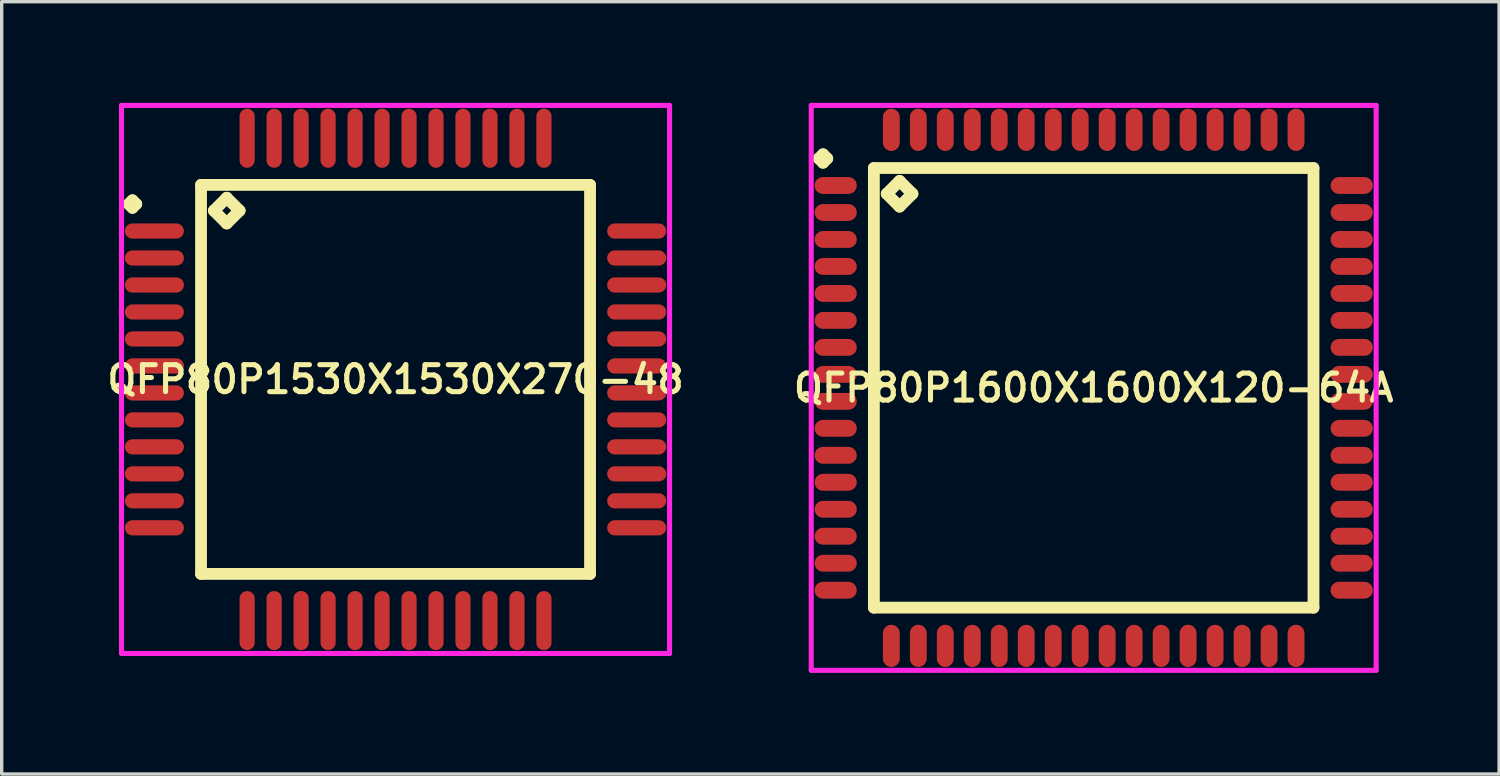
<source format=kicad_pcb>
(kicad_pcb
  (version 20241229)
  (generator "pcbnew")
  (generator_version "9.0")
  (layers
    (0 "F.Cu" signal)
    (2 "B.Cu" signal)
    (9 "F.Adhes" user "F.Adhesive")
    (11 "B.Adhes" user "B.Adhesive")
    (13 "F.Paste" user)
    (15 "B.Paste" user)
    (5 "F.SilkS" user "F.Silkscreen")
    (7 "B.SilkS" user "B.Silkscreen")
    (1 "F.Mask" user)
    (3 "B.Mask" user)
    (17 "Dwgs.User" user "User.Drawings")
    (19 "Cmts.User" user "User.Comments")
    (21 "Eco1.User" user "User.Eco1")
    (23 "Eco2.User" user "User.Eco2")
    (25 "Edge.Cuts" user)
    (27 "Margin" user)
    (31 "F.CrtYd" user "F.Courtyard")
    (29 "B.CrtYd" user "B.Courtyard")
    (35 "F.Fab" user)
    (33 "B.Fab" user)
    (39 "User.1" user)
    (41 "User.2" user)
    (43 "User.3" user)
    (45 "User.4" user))
  (footprint "QFP80P1600X1600X120-64A"
    (layer "F.Cu")
    (at 29.378 8.45)
    (property "Reference" "QFP80P1600X1600X120-64A" (at 0 0 0) (layer "F.SilkS") (effects (font (size 0.8 0.8) (thickness 0.15))))
    (attr smd)
    (fp_line (start -8.15 -6.8) (end -8.025 -6.925) (stroke (width 0.35) (type solid)) (layer "F.SilkS"))
    (fp_line (start -8.025 -6.925) (end -7.9 -6.8) (stroke (width 0.35) (type solid)) (layer "F.SilkS"))
    (fp_line (start -8.025 -6.675) (end -8.15 -6.8) (stroke (width 0.35) (type solid)) (layer "F.SilkS"))
    (fp_line (start -7.9 -6.8) (end -8.025 -6.675) (stroke (width 0.35) (type solid)) (layer "F.SilkS"))
    (fp_line (start -6.517 -6.517) (end -6.517 6.517) (stroke (width 0.35) (type solid)) (layer "F.SilkS"))
    (fp_line (start -6.517 6.517) (end 6.517 6.517) (stroke (width 0.35) (type solid)) (layer "F.SilkS"))
    (fp_line (start -6.136 -5.755) (end -5.755 -6.136) (stroke (width 0.35) (type solid)) (layer "F.SilkS"))
    (fp_line (start -5.755 -6.136) (end -5.374 -5.755) (stroke (width 0.35) (type solid)) (layer "F.SilkS"))
    (fp_line (start -5.755 -5.374) (end -6.136 -5.755) (stroke (width 0.35) (type solid)) (layer "F.SilkS"))
    (fp_line (start -5.374 -5.755) (end -5.755 -5.374) (stroke (width 0.35) (type solid)) (layer "F.SilkS"))
    (fp_line (start 6.517 -6.517) (end -6.517 -6.517) (stroke (width 0.35) (type solid)) (layer "F.SilkS"))
    (fp_line (start 6.517 6.517) (end 6.517 -6.517) (stroke (width 0.35) (type solid)) (layer "F.SilkS"))
    (fp_line (start -8.375 -8.375) (end 8.375 -8.375) (stroke (width 0.15) (type solid)) (layer "F.CrtYd"))
    (fp_line (start -8.375 8.375) (end -8.375 -8.375) (stroke (width 0.15) (type solid)) (layer "F.CrtYd"))
    (fp_line (start 8.375 -8.375) (end 8.375 8.375) (stroke (width 0.15) (type solid)) (layer "F.CrtYd"))
    (fp_line (start 8.375 8.375) (end -8.375 8.375) (stroke (width 0.15) (type solid)) (layer "F.CrtYd"))
    (pad "1" smd oval (at -7.65 -6) (size 1.25 0.5) (layers "F.Cu" "F.Mask" "F.Paste"))
    (pad "2" smd oval (at -7.65 -5.2) (size 1.25 0.5) (layers "F.Cu" "F.Mask" "F.Paste"))
    (pad "3" smd oval (at -7.65 -4.4) (size 1.25 0.5) (layers "F.Cu" "F.Mask" "F.Paste"))
    (pad "4" smd oval (at -7.65 -3.6) (size 1.25 0.5) (layers "F.Cu" "F.Mask" "F.Paste"))
    (pad "5" smd oval (at -7.65 -2.8) (size 1.25 0.5) (layers "F.Cu" "F.Mask" "F.Paste"))
    (pad "6" smd oval (at -7.65 -2) (size 1.25 0.5) (layers "F.Cu" "F.Mask" "F.Paste"))
    (pad "7" smd oval (at -7.65 -1.2) (size 1.25 0.5) (layers "F.Cu" "F.Mask" "F.Paste"))
    (pad "8" smd oval (at -7.65 -0.4) (size 1.25 0.5) (layers "F.Cu" "F.Mask" "F.Paste"))
    (pad "9" smd oval (at -7.65 0.4) (size 1.25 0.5) (layers "F.Cu" "F.Mask" "F.Paste"))
    (pad "10" smd oval (at -7.65 1.2) (size 1.25 0.5) (layers "F.Cu" "F.Mask" "F.Paste"))
    (pad "11" smd oval (at -7.65 2) (size 1.25 0.5) (layers "F.Cu" "F.Mask" "F.Paste"))
    (pad "12" smd oval (at -7.65 2.8) (size 1.25 0.5) (layers "F.Cu" "F.Mask" "F.Paste"))
    (pad "13" smd oval (at -7.65 3.6) (size 1.25 0.5) (layers "F.Cu" "F.Mask" "F.Paste"))
    (pad "14" smd oval (at -7.65 4.4) (size 1.25 0.5) (layers "F.Cu" "F.Mask" "F.Paste"))
    (pad "15" smd oval (at -7.65 5.2) (size 1.25 0.5) (layers "F.Cu" "F.Mask" "F.Paste"))
    (pad "16" smd oval (at -7.65 6) (size 1.25 0.5) (layers "F.Cu" "F.Mask" "F.Paste"))
    (pad "17" smd oval (at -6 7.65) (size 0.5 1.25) (layers "F.Cu" "F.Mask" "F.Paste"))
    (pad "18" smd oval (at -5.2 7.65) (size 0.5 1.25) (layers "F.Cu" "F.Mask" "F.Paste"))
    (pad "19" smd oval (at -4.4 7.65) (size 0.5 1.25) (layers "F.Cu" "F.Mask" "F.Paste"))
    (pad "20" smd oval (at -3.6 7.65) (size 0.5 1.25) (layers "F.Cu" "F.Mask" "F.Paste"))
    (pad "21" smd oval (at -2.8 7.65) (size 0.5 1.25) (layers "F.Cu" "F.Mask" "F.Paste"))
    (pad "22" smd oval (at -2 7.65) (size 0.5 1.25) (layers "F.Cu" "F.Mask" "F.Paste"))
    (pad "23" smd oval (at -1.2 7.65) (size 0.5 1.25) (layers "F.Cu" "F.Mask" "F.Paste"))
    (pad "24" smd oval (at -0.4 7.65) (size 0.5 1.25) (layers "F.Cu" "F.Mask" "F.Paste"))
    (pad "25" smd oval (at 0.4 7.65) (size 0.5 1.25) (layers "F.Cu" "F.Mask" "F.Paste"))
    (pad "26" smd oval (at 1.2 7.65) (size 0.5 1.25) (layers "F.Cu" "F.Mask" "F.Paste"))
    (pad "27" smd oval (at 2 7.65) (size 0.5 1.25) (layers "F.Cu" "F.Mask" "F.Paste"))
    (pad "28" smd oval (at 2.8 7.65) (size 0.5 1.25) (layers "F.Cu" "F.Mask" "F.Paste"))
    (pad "29" smd oval (at 3.6 7.65) (size 0.5 1.25) (layers "F.Cu" "F.Mask" "F.Paste"))
    (pad "30" smd oval (at 4.4 7.65) (size 0.5 1.25) (layers "F.Cu" "F.Mask" "F.Paste"))
    (pad "31" smd oval (at 5.2 7.65) (size 0.5 1.25) (layers "F.Cu" "F.Mask" "F.Paste"))
    (pad "32" smd oval (at 6 7.65) (size 0.5 1.25) (layers "F.Cu" "F.Mask" "F.Paste"))
    (pad "33" smd oval (at 7.65 6) (size 1.25 0.5) (layers "F.Cu" "F.Mask" "F.Paste"))
    (pad "34" smd oval (at 7.65 5.2) (size 1.25 0.5) (layers "F.Cu" "F.Mask" "F.Paste"))
    (pad "35" smd oval (at 7.65 4.4) (size 1.25 0.5) (layers "F.Cu" "F.Mask" "F.Paste"))
    (pad "36" smd oval (at 7.65 3.6) (size 1.25 0.5) (layers "F.Cu" "F.Mask" "F.Paste"))
    (pad "37" smd oval (at 7.65 2.8) (size 1.25 0.5) (layers "F.Cu" "F.Mask" "F.Paste"))
    (pad "38" smd oval (at 7.65 2) (size 1.25 0.5) (layers "F.Cu" "F.Mask" "F.Paste"))
    (pad "39" smd oval (at 7.65 1.2) (size 1.25 0.5) (layers "F.Cu" "F.Mask" "F.Paste"))
    (pad "40" smd oval (at 7.65 0.4) (size 1.25 0.5) (layers "F.Cu" "F.Mask" "F.Paste"))
    (pad "41" smd oval (at 7.65 -0.4) (size 1.25 0.5) (layers "F.Cu" "F.Mask" "F.Paste"))
    (pad "42" smd oval (at 7.65 -1.2) (size 1.25 0.5) (layers "F.Cu" "F.Mask" "F.Paste"))
    (pad "43" smd oval (at 7.65 -2) (size 1.25 0.5) (layers "F.Cu" "F.Mask" "F.Paste"))
    (pad "44" smd oval (at 7.65 -2.8) (size 1.25 0.5) (layers "F.Cu" "F.Mask" "F.Paste"))
    (pad "45" smd oval (at 7.65 -3.6) (size 1.25 0.5) (layers "F.Cu" "F.Mask" "F.Paste"))
    (pad "46" smd oval (at 7.65 -4.4) (size 1.25 0.5) (layers "F.Cu" "F.Mask" "F.Paste"))
    (pad "47" smd oval (at 7.65 -5.2) (size 1.25 0.5) (layers "F.Cu" "F.Mask" "F.Paste"))
    (pad "48" smd oval (at 7.65 -6) (size 1.25 0.5) (layers "F.Cu" "F.Mask" "F.Paste"))
    (pad "49" smd oval (at 6 -7.65) (size 0.5 1.25) (layers "F.Cu" "F.Mask" "F.Paste"))
    (pad "50" smd oval (at 5.2 -7.65) (size 0.5 1.25) (layers "F.Cu" "F.Mask" "F.Paste"))
    (pad "51" smd oval (at 4.4 -7.65) (size 0.5 1.25) (layers "F.Cu" "F.Mask" "F.Paste"))
    (pad "52" smd oval (at 3.6 -7.65) (size 0.5 1.25) (layers "F.Cu" "F.Mask" "F.Paste"))
    (pad "53" smd oval (at 2.8 -7.65) (size 0.5 1.25) (layers "F.Cu" "F.Mask" "F.Paste"))
    (pad "54" smd oval (at 2 -7.65) (size 0.5 1.25) (layers "F.Cu" "F.Mask" "F.Paste"))
    (pad "55" smd oval (at 1.2 -7.65) (size 0.5 1.25) (layers "F.Cu" "F.Mask" "F.Paste"))
    (pad "56" smd oval (at 0.4 -7.65) (size 0.5 1.25) (layers "F.Cu" "F.Mask" "F.Paste"))
    (pad "57" smd oval (at -0.4 -7.65) (size 0.5 1.25) (layers "F.Cu" "F.Mask" "F.Paste"))
    (pad "58" smd oval (at -1.2 -7.65) (size 0.5 1.25) (layers "F.Cu" "F.Mask" "F.Paste"))
    (pad "59" smd oval (at -2 -7.65) (size 0.5 1.25) (layers "F.Cu" "F.Mask" "F.Paste"))
    (pad "60" smd oval (at -2.8 -7.65) (size 0.5 1.25) (layers "F.Cu" "F.Mask" "F.Paste"))
    (pad "61" smd oval (at -3.6 -7.65) (size 0.5 1.25) (layers "F.Cu" "F.Mask" "F.Paste"))
    (pad "62" smd oval (at -4.4 -7.65) (size 0.5 1.25) (layers "F.Cu" "F.Mask" "F.Paste"))
    (pad "63" smd oval (at -5.2 -7.65) (size 0.5 1.25) (layers "F.Cu" "F.Mask" "F.Paste"))
    (pad "64" smd oval (at -6 -7.65) (size 0.5 1.25) (layers "F.Cu" "F.Mask" "F.Paste")))
  (footprint "QFP80P1530X1530X270-48"
    (layer "F.Cu")
    (at 8.678 8.2)
    (property "Reference" "QFP80P1530X1530X270-48" (at 0 0 0) (layer "F.SilkS") (effects (font (size 0.8 0.8) (thickness 0.15))))
    (attr smd)
    (fp_line (start -7.912 -5.2) (end -7.8 -5.312) (stroke (width 0.35) (type solid)) (layer "F.SilkS"))
    (fp_line (start -7.8 -5.312) (end -7.688 -5.2) (stroke (width 0.35) (type solid)) (layer "F.SilkS"))
    (fp_line (start -7.8 -5.088) (end -7.912 -5.2) (stroke (width 0.35) (type solid)) (layer "F.SilkS"))
    (fp_line (start -7.688 -5.2) (end -7.8 -5.088) (stroke (width 0.35) (type solid)) (layer "F.SilkS"))
    (fp_line (start -5.767 -5.767) (end -5.767 5.767) (stroke (width 0.35) (type solid)) (layer "F.SilkS"))
    (fp_line (start -5.767 5.767) (end 5.767 5.767) (stroke (width 0.35) (type solid)) (layer "F.SilkS"))
    (fp_line (start -5.386 -5.005) (end -5.005 -5.386) (stroke (width 0.35) (type solid)) (layer "F.SilkS"))
    (fp_line (start -5.005 -5.386) (end -4.624 -5.005) (stroke (width 0.35) (type solid)) (layer "F.SilkS"))
    (fp_line (start -5.005 -4.624) (end -5.386 -5.005) (stroke (width 0.35) (type solid)) (layer "F.SilkS"))
    (fp_line (start -4.624 -5.005) (end -5.005 -4.624) (stroke (width 0.35) (type solid)) (layer "F.SilkS"))
    (fp_line (start 5.767 -5.767) (end -5.767 -5.767) (stroke (width 0.35) (type solid)) (layer "F.SilkS"))
    (fp_line (start 5.767 5.767) (end 5.767 -5.767) (stroke (width 0.35) (type solid)) (layer "F.SilkS"))
    (fp_line (start -8.125 -8.125) (end 8.125 -8.125) (stroke (width 0.15) (type solid)) (layer "F.CrtYd"))
    (fp_line (start -8.125 8.125) (end -8.125 -8.125) (stroke (width 0.15) (type solid)) (layer "F.CrtYd"))
    (fp_line (start 8.125 -8.125) (end 8.125 8.125) (stroke (width 0.15) (type solid)) (layer "F.CrtYd"))
    (fp_line (start 8.125 8.125) (end -8.125 8.125) (stroke (width 0.15) (type solid)) (layer "F.CrtYd"))
    (pad "1" smd oval (at -7.15 -4.4) (size 1.75 0.45) (layers "F.Cu" "F.Mask" "F.Paste"))
    (pad "2" smd oval (at -7.15 -3.6) (size 1.75 0.45) (layers "F.Cu" "F.Mask" "F.Paste"))
    (pad "3" smd oval (at -7.15 -2.8) (size 1.75 0.45) (layers "F.Cu" "F.Mask" "F.Paste"))
    (pad "4" smd oval (at -7.15 -2) (size 1.75 0.45) (layers "F.Cu" "F.Mask" "F.Paste"))
    (pad "5" smd oval (at -7.15 -1.2) (size 1.75 0.45) (layers "F.Cu" "F.Mask" "F.Paste"))
    (pad "6" smd oval (at -7.15 -0.4) (size 1.75 0.45) (layers "F.Cu" "F.Mask" "F.Paste"))
    (pad "7" smd oval (at -7.15 0.4) (size 1.75 0.45) (layers "F.Cu" "F.Mask" "F.Paste"))
    (pad "8" smd oval (at -7.15 1.2) (size 1.75 0.45) (layers "F.Cu" "F.Mask" "F.Paste"))
    (pad "9" smd oval (at -7.15 2) (size 1.75 0.45) (layers "F.Cu" "F.Mask" "F.Paste"))
    (pad "10" smd oval (at -7.15 2.8) (size 1.75 0.45) (layers "F.Cu" "F.Mask" "F.Paste"))
    (pad "11" smd oval (at -7.15 3.6) (size 1.75 0.45) (layers "F.Cu" "F.Mask" "F.Paste"))
    (pad "12" smd oval (at -7.15 4.4) (size 1.75 0.45) (layers "F.Cu" "F.Mask" "F.Paste"))
    (pad "13" smd oval (at -4.4 7.15) (size 0.45 1.75) (layers "F.Cu" "F.Mask" "F.Paste"))
    (pad "14" smd oval (at -3.6 7.15) (size 0.45 1.75) (layers "F.Cu" "F.Mask" "F.Paste"))
    (pad "15" smd oval (at -2.8 7.15) (size 0.45 1.75) (layers "F.Cu" "F.Mask" "F.Paste"))
    (pad "16" smd oval (at -2 7.15) (size 0.45 1.75) (layers "F.Cu" "F.Mask" "F.Paste"))
    (pad "17" smd oval (at -1.2 7.15) (size 0.45 1.75) (layers "F.Cu" "F.Mask" "F.Paste"))
    (pad "18" smd oval (at -0.4 7.15) (size 0.45 1.75) (layers "F.Cu" "F.Mask" "F.Paste"))
    (pad "19" smd oval (at 0.4 7.15) (size 0.45 1.75) (layers "F.Cu" "F.Mask" "F.Paste"))
    (pad "20" smd oval (at 1.2 7.15) (size 0.45 1.75) (layers "F.Cu" "F.Mask" "F.Paste"))
    (pad "21" smd oval (at 2 7.15) (size 0.45 1.75) (layers "F.Cu" "F.Mask" "F.Paste"))
    (pad "22" smd oval (at 2.8 7.15) (size 0.45 1.75) (layers "F.Cu" "F.Mask" "F.Paste"))
    (pad "23" smd oval (at 3.6 7.15) (size 0.45 1.75) (layers "F.Cu" "F.Mask" "F.Paste"))
    (pad "24" smd oval (at 4.4 7.15) (size 0.45 1.75) (layers "F.Cu" "F.Mask" "F.Paste"))
    (pad "25" smd oval (at 7.15 4.4) (size 1.75 0.45) (layers "F.Cu" "F.Mask" "F.Paste"))
    (pad "26" smd oval (at 7.15 3.6) (size 1.75 0.45) (layers "F.Cu" "F.Mask" "F.Paste"))
    (pad "27" smd oval (at 7.15 2.8) (size 1.75 0.45) (layers "F.Cu" "F.Mask" "F.Paste"))
    (pad "28" smd oval (at 7.15 2) (size 1.75 0.45) (layers "F.Cu" "F.Mask" "F.Paste"))
    (pad "29" smd oval (at 7.15 1.2) (size 1.75 0.45) (layers "F.Cu" "F.Mask" "F.Paste"))
    (pad "30" smd oval (at 7.15 0.4) (size 1.75 0.45) (layers "F.Cu" "F.Mask" "F.Paste"))
    (pad "31" smd oval (at 7.15 -0.4) (size 1.75 0.45) (layers "F.Cu" "F.Mask" "F.Paste"))
    (pad "32" smd oval (at 7.15 -1.2) (size 1.75 0.45) (layers "F.Cu" "F.Mask" "F.Paste"))
    (pad "33" smd oval (at 7.15 -2) (size 1.75 0.45) (layers "F.Cu" "F.Mask" "F.Paste"))
    (pad "34" smd oval (at 7.15 -2.8) (size 1.75 0.45) (layers "F.Cu" "F.Mask" "F.Paste"))
    (pad "35" smd oval (at 7.15 -3.6) (size 1.75 0.45) (layers "F.Cu" "F.Mask" "F.Paste"))
    (pad "36" smd oval (at 7.15 -4.4) (size 1.75 0.45) (layers "F.Cu" "F.Mask" "F.Paste"))
    (pad "37" smd oval (at 4.4 -7.15) (size 0.45 1.75) (layers "F.Cu" "F.Mask" "F.Paste"))
    (pad "38" smd oval (at 3.6 -7.15) (size 0.45 1.75) (layers "F.Cu" "F.Mask" "F.Paste"))
    (pad "39" smd oval (at 2.8 -7.15) (size 0.45 1.75) (layers "F.Cu" "F.Mask" "F.Paste"))
    (pad "40" smd oval (at 2 -7.15) (size 0.45 1.75) (layers "F.Cu" "F.Mask" "F.Paste"))
    (pad "41" smd oval (at 1.2 -7.15) (size 0.45 1.75) (layers "F.Cu" "F.Mask" "F.Paste"))
    (pad "42" smd oval (at 0.4 -7.15) (size 0.45 1.75) (layers "F.Cu" "F.Mask" "F.Paste"))
    (pad "43" smd oval (at -0.4 -7.15) (size 0.45 1.75) (layers "F.Cu" "F.Mask" "F.Paste"))
    (pad "44" smd oval (at -1.2 -7.15) (size 0.45 1.75) (layers "F.Cu" "F.Mask" "F.Paste"))
    (pad "45" smd oval (at -2 -7.15) (size 0.45 1.75) (layers "F.Cu" "F.Mask" "F.Paste"))
    (pad "46" smd oval (at -2.8 -7.15) (size 0.45 1.75) (layers "F.Cu" "F.Mask" "F.Paste"))
    (pad "47" smd oval (at -3.6 -7.15) (size 0.45 1.75) (layers "F.Cu" "F.Mask" "F.Paste"))
    (pad "48" smd oval (at -4.4 -7.15) (size 0.45 1.75) (layers "F.Cu" "F.Mask" "F.Paste")))
  (gr_rect
    (start -3 -3)
    (end 41.399 19.9)
    (stroke (width 0.1) (type default))
    (fill no)
    (layer "Edge.Cuts")))
</source>
